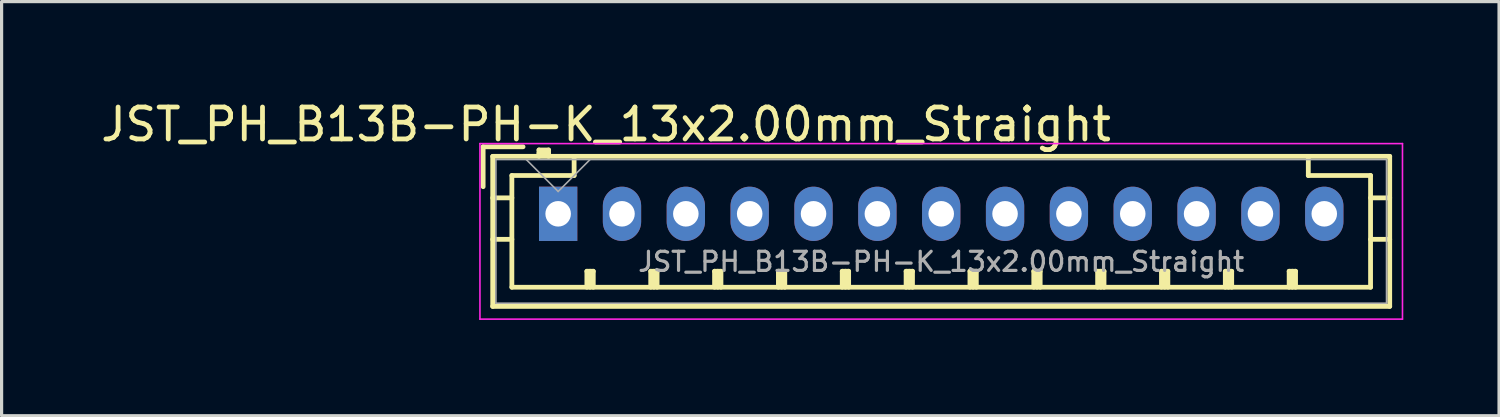
<source format=kicad_pcb>
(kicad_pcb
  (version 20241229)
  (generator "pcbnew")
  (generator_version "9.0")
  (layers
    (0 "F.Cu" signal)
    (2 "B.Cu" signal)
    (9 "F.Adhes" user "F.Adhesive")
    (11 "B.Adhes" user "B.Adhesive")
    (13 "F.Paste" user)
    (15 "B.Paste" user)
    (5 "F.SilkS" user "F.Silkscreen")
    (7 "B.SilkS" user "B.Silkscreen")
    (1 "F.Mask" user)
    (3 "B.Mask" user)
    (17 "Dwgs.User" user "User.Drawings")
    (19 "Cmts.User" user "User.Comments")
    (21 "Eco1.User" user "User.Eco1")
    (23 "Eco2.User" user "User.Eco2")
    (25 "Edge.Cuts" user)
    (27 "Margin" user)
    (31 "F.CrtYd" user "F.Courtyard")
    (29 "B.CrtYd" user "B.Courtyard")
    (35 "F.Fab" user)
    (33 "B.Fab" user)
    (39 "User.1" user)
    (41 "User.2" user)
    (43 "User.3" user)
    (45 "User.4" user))
  (footprint "JST_PH_B13B-PH-K_13x2.00mm_Straight"
    (layer "F.Cu")
    (at 14.435 3.648)
    (property "Reference" "JST_PH_B13B-PH-K_13x2.00mm_Straight" (at 12 1.5 0) (layer "F.Fab") (effects (font (size 0.6 0.6) (thickness 0.1))))
    (attr through_hole)
    (fp_line (start -2.35 -2.1) (end -2.35 -0.85) (stroke (width 0.15) (type solid)) (layer "F.SilkS"))
    (fp_line (start -2.05 -1.8) (end -2.05 2.9) (stroke (width 0.15) (type solid)) (layer "F.SilkS"))
    (fp_line (start -2.05 -0.5) (end -1.45 -0.5) (stroke (width 0.15) (type solid)) (layer "F.SilkS"))
    (fp_line (start -2.05 0.8) (end -1.45 0.8) (stroke (width 0.15) (type solid)) (layer "F.SilkS"))
    (fp_line (start -2.05 2.9) (end 26.05 2.9) (stroke (width 0.15) (type solid)) (layer "F.SilkS"))
    (fp_line (start -1.45 -1.2) (end -1.45 2.3) (stroke (width 0.15) (type solid)) (layer "F.SilkS"))
    (fp_line (start -1.45 2.3) (end 25.45 2.3) (stroke (width 0.15) (type solid)) (layer "F.SilkS"))
    (fp_line (start -1.1 -2.1) (end -2.35 -2.1) (stroke (width 0.15) (type solid)) (layer "F.SilkS"))
    (fp_line (start -0.6 -2) (end -0.6 -1.8) (stroke (width 0.15) (type solid)) (layer "F.SilkS"))
    (fp_line (start -0.3 -2) (end -0.6 -2) (stroke (width 0.15) (type solid)) (layer "F.SilkS"))
    (fp_line (start -0.3 -1.9) (end -0.6 -1.9) (stroke (width 0.15) (type solid)) (layer "F.SilkS"))
    (fp_line (start -0.3 -1.8) (end -0.3 -2) (stroke (width 0.15) (type solid)) (layer "F.SilkS"))
    (fp_line (start 0.5 -1.8) (end 0.5 -1.2) (stroke (width 0.15) (type solid)) (layer "F.SilkS"))
    (fp_line (start 0.5 -1.2) (end -1.45 -1.2) (stroke (width 0.15) (type solid)) (layer "F.SilkS"))
    (fp_line (start 0.9 1.8) (end 1.1 1.8) (stroke (width 0.15) (type solid)) (layer "F.SilkS"))
    (fp_line (start 0.9 2.3) (end 0.9 1.8) (stroke (width 0.15) (type solid)) (layer "F.SilkS"))
    (fp_line (start 1 2.3) (end 1 1.8) (stroke (width 0.15) (type solid)) (layer "F.SilkS"))
    (fp_line (start 1.1 1.8) (end 1.1 2.3) (stroke (width 0.15) (type solid)) (layer "F.SilkS"))
    (fp_line (start 2.9 1.8) (end 3.1 1.8) (stroke (width 0.15) (type solid)) (layer "F.SilkS"))
    (fp_line (start 2.9 2.3) (end 2.9 1.8) (stroke (width 0.15) (type solid)) (layer "F.SilkS"))
    (fp_line (start 3 2.3) (end 3 1.8) (stroke (width 0.15) (type solid)) (layer "F.SilkS"))
    (fp_line (start 3.1 1.8) (end 3.1 2.3) (stroke (width 0.15) (type solid)) (layer "F.SilkS"))
    (fp_line (start 4.9 1.8) (end 5.1 1.8) (stroke (width 0.15) (type solid)) (layer "F.SilkS"))
    (fp_line (start 4.9 2.3) (end 4.9 1.8) (stroke (width 0.15) (type solid)) (layer "F.SilkS"))
    (fp_line (start 5 2.3) (end 5 1.8) (stroke (width 0.15) (type solid)) (layer "F.SilkS"))
    (fp_line (start 5.1 1.8) (end 5.1 2.3) (stroke (width 0.15) (type solid)) (layer "F.SilkS"))
    (fp_line (start 6.9 1.8) (end 7.1 1.8) (stroke (width 0.15) (type solid)) (layer "F.SilkS"))
    (fp_line (start 6.9 2.3) (end 6.9 1.8) (stroke (width 0.15) (type solid)) (layer "F.SilkS"))
    (fp_line (start 7 2.3) (end 7 1.8) (stroke (width 0.15) (type solid)) (layer "F.SilkS"))
    (fp_line (start 7.1 1.8) (end 7.1 2.3) (stroke (width 0.15) (type solid)) (layer "F.SilkS"))
    (fp_line (start 8.9 1.8) (end 9.1 1.8) (stroke (width 0.15) (type solid)) (layer "F.SilkS"))
    (fp_line (start 8.9 2.3) (end 8.9 1.8) (stroke (width 0.15) (type solid)) (layer "F.SilkS"))
    (fp_line (start 9 2.3) (end 9 1.8) (stroke (width 0.15) (type solid)) (layer "F.SilkS"))
    (fp_line (start 9.1 1.8) (end 9.1 2.3) (stroke (width 0.15) (type solid)) (layer "F.SilkS"))
    (fp_line (start 10.9 1.8) (end 11.1 1.8) (stroke (width 0.15) (type solid)) (layer "F.SilkS"))
    (fp_line (start 10.9 2.3) (end 10.9 1.8) (stroke (width 0.15) (type solid)) (layer "F.SilkS"))
    (fp_line (start 11 2.3) (end 11 1.8) (stroke (width 0.15) (type solid)) (layer "F.SilkS"))
    (fp_line (start 11.1 1.8) (end 11.1 2.3) (stroke (width 0.15) (type solid)) (layer "F.SilkS"))
    (fp_line (start 12.9 1.8) (end 13.1 1.8) (stroke (width 0.15) (type solid)) (layer "F.SilkS"))
    (fp_line (start 12.9 2.3) (end 12.9 1.8) (stroke (width 0.15) (type solid)) (layer "F.SilkS"))
    (fp_line (start 13 2.3) (end 13 1.8) (stroke (width 0.15) (type solid)) (layer "F.SilkS"))
    (fp_line (start 13.1 1.8) (end 13.1 2.3) (stroke (width 0.15) (type solid)) (layer "F.SilkS"))
    (fp_line (start 14.9 1.8) (end 15.1 1.8) (stroke (width 0.15) (type solid)) (layer "F.SilkS"))
    (fp_line (start 14.9 2.3) (end 14.9 1.8) (stroke (width 0.15) (type solid)) (layer "F.SilkS"))
    (fp_line (start 15 2.3) (end 15 1.8) (stroke (width 0.15) (type solid)) (layer "F.SilkS"))
    (fp_line (start 15.1 1.8) (end 15.1 2.3) (stroke (width 0.15) (type solid)) (layer "F.SilkS"))
    (fp_line (start 16.9 1.8) (end 17.1 1.8) (stroke (width 0.15) (type solid)) (layer "F.SilkS"))
    (fp_line (start 16.9 2.3) (end 16.9 1.8) (stroke (width 0.15) (type solid)) (layer "F.SilkS"))
    (fp_line (start 17 2.3) (end 17 1.8) (stroke (width 0.15) (type solid)) (layer "F.SilkS"))
    (fp_line (start 17.1 1.8) (end 17.1 2.3) (stroke (width 0.15) (type solid)) (layer "F.SilkS"))
    (fp_line (start 18.9 1.8) (end 19.1 1.8) (stroke (width 0.15) (type solid)) (layer "F.SilkS"))
    (fp_line (start 18.9 2.3) (end 18.9 1.8) (stroke (width 0.15) (type solid)) (layer "F.SilkS"))
    (fp_line (start 19 2.3) (end 19 1.8) (stroke (width 0.15) (type solid)) (layer "F.SilkS"))
    (fp_line (start 19.1 1.8) (end 19.1 2.3) (stroke (width 0.15) (type solid)) (layer "F.SilkS"))
    (fp_line (start 20.9 1.8) (end 21.1 1.8) (stroke (width 0.15) (type solid)) (layer "F.SilkS"))
    (fp_line (start 20.9 2.3) (end 20.9 1.8) (stroke (width 0.15) (type solid)) (layer "F.SilkS"))
    (fp_line (start 21 2.3) (end 21 1.8) (stroke (width 0.15) (type solid)) (layer "F.SilkS"))
    (fp_line (start 21.1 1.8) (end 21.1 2.3) (stroke (width 0.15) (type solid)) (layer "F.SilkS"))
    (fp_line (start 22.9 1.8) (end 23.1 1.8) (stroke (width 0.15) (type solid)) (layer "F.SilkS"))
    (fp_line (start 22.9 2.3) (end 22.9 1.8) (stroke (width 0.15) (type solid)) (layer "F.SilkS"))
    (fp_line (start 23 2.3) (end 23 1.8) (stroke (width 0.15) (type solid)) (layer "F.SilkS"))
    (fp_line (start 23.1 1.8) (end 23.1 2.3) (stroke (width 0.15) (type solid)) (layer "F.SilkS"))
    (fp_line (start 23.5 -1.2) (end 23.5 -1.8) (stroke (width 0.15) (type solid)) (layer "F.SilkS"))
    (fp_line (start 25.45 -1.2) (end 23.5 -1.2) (stroke (width 0.15) (type solid)) (layer "F.SilkS"))
    (fp_line (start 25.45 2.3) (end 25.45 -1.2) (stroke (width 0.15) (type solid)) (layer "F.SilkS"))
    (fp_line (start 26.05 -1.8) (end -2.05 -1.8) (stroke (width 0.15) (type solid)) (layer "F.SilkS"))
    (fp_line (start 26.05 -0.5) (end 25.45 -0.5) (stroke (width 0.15) (type solid)) (layer "F.SilkS"))
    (fp_line (start 26.05 0.8) (end 25.45 0.8) (stroke (width 0.15) (type solid)) (layer "F.SilkS"))
    (fp_line (start 26.05 2.9) (end 26.05 -1.8) (stroke (width 0.15) (type solid)) (layer "F.SilkS"))
    (fp_line (start -2.45 -2.2) (end -2.45 3.3) (stroke (width 0.05) (type solid)) (layer "F.CrtYd"))
    (fp_line (start -2.45 3.3) (end 26.45 3.3) (stroke (width 0.05) (type solid)) (layer "F.CrtYd"))
    (fp_line (start 26.45 -2.2) (end -2.45 -2.2) (stroke (width 0.05) (type solid)) (layer "F.CrtYd"))
    (fp_line (start 26.45 3.3) (end 26.45 -2.2) (stroke (width 0.05) (type solid)) (layer "F.CrtYd"))
    (fp_line (start -1.95 -1.7) (end -1.95 2.8) (stroke (width 0.05) (type solid)) (layer "F.Fab"))
    (fp_line (start -1.95 2.8) (end 25.95 2.8) (stroke (width 0.05) (type solid)) (layer "F.Fab"))
    (fp_line (start -1 -1.7) (end 0 -0.7) (stroke (width 0.05) (type solid)) (layer "F.Fab"))
    (fp_line (start 0 -0.7) (end 1 -1.7) (stroke (width 0.05) (type solid)) (layer "F.Fab"))
    (fp_line (start 25.95 -1.7) (end -1.95 -1.7) (stroke (width 0.05) (type solid)) (layer "F.Fab"))
    (fp_line (start 25.95 2.8) (end 25.95 -1.7) (stroke (width 0.05) (type solid)) (layer "F.Fab"))
    (fp_text user "${REFERENCE}" (at 1.5 -2.8 0) (layer "F.SilkS") (effects (font (size 1 1) (thickness 0.15))))
    (pad "1" thru_hole rect (at 0 0) (size 1.2 1.7) (drill 0.8) (layers "*.Cu" "*.Mask"))
    (pad "2" thru_hole oval (at 2 0) (size 1.2 1.7) (drill 0.8) (layers "*.Cu" "*.Mask"))
    (pad "3" thru_hole oval (at 4 0) (size 1.2 1.7) (drill 0.8) (layers "*.Cu" "*.Mask"))
    (pad "4" thru_hole oval (at 6 0) (size 1.2 1.7) (drill 0.8) (layers "*.Cu" "*.Mask"))
    (pad "5" thru_hole oval (at 8 0) (size 1.2 1.7) (drill 0.8) (layers "*.Cu" "*.Mask"))
    (pad "6" thru_hole oval (at 10 0) (size 1.2 1.7) (drill 0.8) (layers "*.Cu" "*.Mask"))
    (pad "7" thru_hole oval (at 12 0) (size 1.2 1.7) (drill 0.8) (layers "*.Cu" "*.Mask"))
    (pad "8" thru_hole oval (at 14 0) (size 1.2 1.7) (drill 0.8) (layers "*.Cu" "*.Mask"))
    (pad "9" thru_hole oval (at 16 0) (size 1.2 1.7) (drill 0.8) (layers "*.Cu" "*.Mask"))
    (pad "10" thru_hole oval (at 18 0) (size 1.2 1.7) (drill 0.8) (layers "*.Cu" "*.Mask"))
    (pad "11" thru_hole oval (at 20 0) (size 1.2 1.7) (drill 0.8) (layers "*.Cu" "*.Mask"))
    (pad "12" thru_hole oval (at 22 0) (size 1.2 1.7) (drill 0.8) (layers "*.Cu" "*.Mask"))
    (pad "13" thru_hole oval (at 24 0) (size 1.2 1.7) (drill 0.8) (layers "*.Cu" "*.Mask")))
  (gr_rect
    (start -3 -3)
    (end 43.91 9.973)
    (stroke (width 0.1) (type default))
    (fill no)
    (layer "Edge.Cuts")))
</source>
